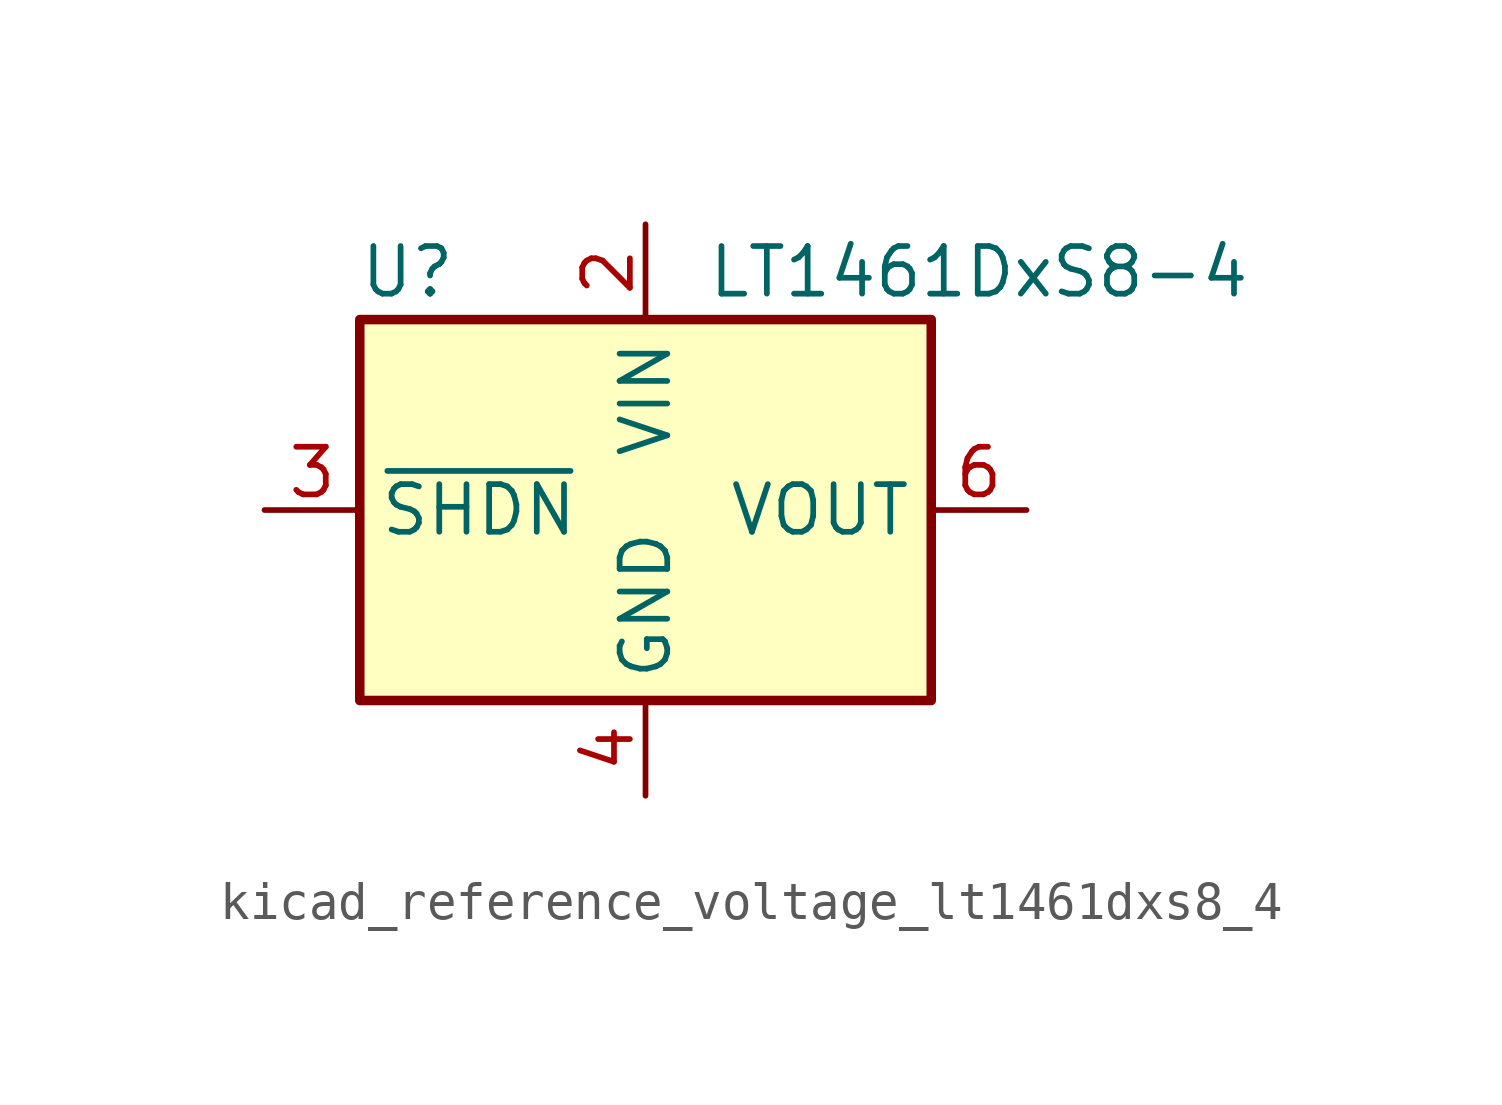
<source format=kicad_sym>
(kicad_symbol_lib
  (version 20220914)
  (generator kicad_symbol_editor)
  (symbol "kicad_reference_voltage_lt1461dxs8_4"
    (property "Reference" "U"
      (at -6.35 6.35 0)
      (effects (font (size 1.27 1.27))))
    (property "Value" "LT1461DxS8-4"
      (at 8.89 6.35 0)
      (effects (font (size 1.27 1.27))))
    (symbol "kicad_reference_voltage_lt1461dxs8_4_1_1"
      (rectangle (start -7.62 5.08) (end 7.62 -5.08) (stroke (width 0.254) (type default)) (fill (type background)))
      (pin no_connect line (at 7.62 -2.54 180) (length 2.54) hide (name "DNC" (effects (font (size 1.27 1.27)))) (number "1" (effects (font (size 1.27 1.27)))))
      (pin power_in line (at 0 7.62 270) (length 2.54) (name "VIN" (effects (font (size 1.27 1.27)))) (number "2" (effects (font (size 1.27 1.27)))))
      (pin input line (at -10.16 0 0) (length 2.54) (name "~{SHDN}" (effects (font (size 1.27 1.27)))) (number "3" (effects (font (size 1.27 1.27)))))
      (pin power_in line (at 0 -7.62 90) (length 2.54) (name "GND" (effects (font (size 1.27 1.27)))) (number "4" (effects (font (size 1.27 1.27)))))
      (pin no_connect line (at -7.62 -2.54 0) (length 2.54) hide (name "DNC" (effects (font (size 1.27 1.27)))) (number "5" (effects (font (size 1.27 1.27)))))
      (pin power_out line (at 10.16 0 180) (length 2.54) (name "VOUT" (effects (font (size 1.27 1.27)))) (number "6" (effects (font (size 1.27 1.27)))))
      (pin no_connect line (at -7.62 2.54 0) (length 2.54) hide (name "DNC" (effects (font (size 1.27 1.27)))) (number "7" (effects (font (size 1.27 1.27)))))
      (pin no_connect line (at 7.62 2.54 180) (length 2.54) hide (name "DNC" (effects (font (size 1.27 1.27)))) (number "8" (effects (font (size 1.27 1.27))))))))
</source>
